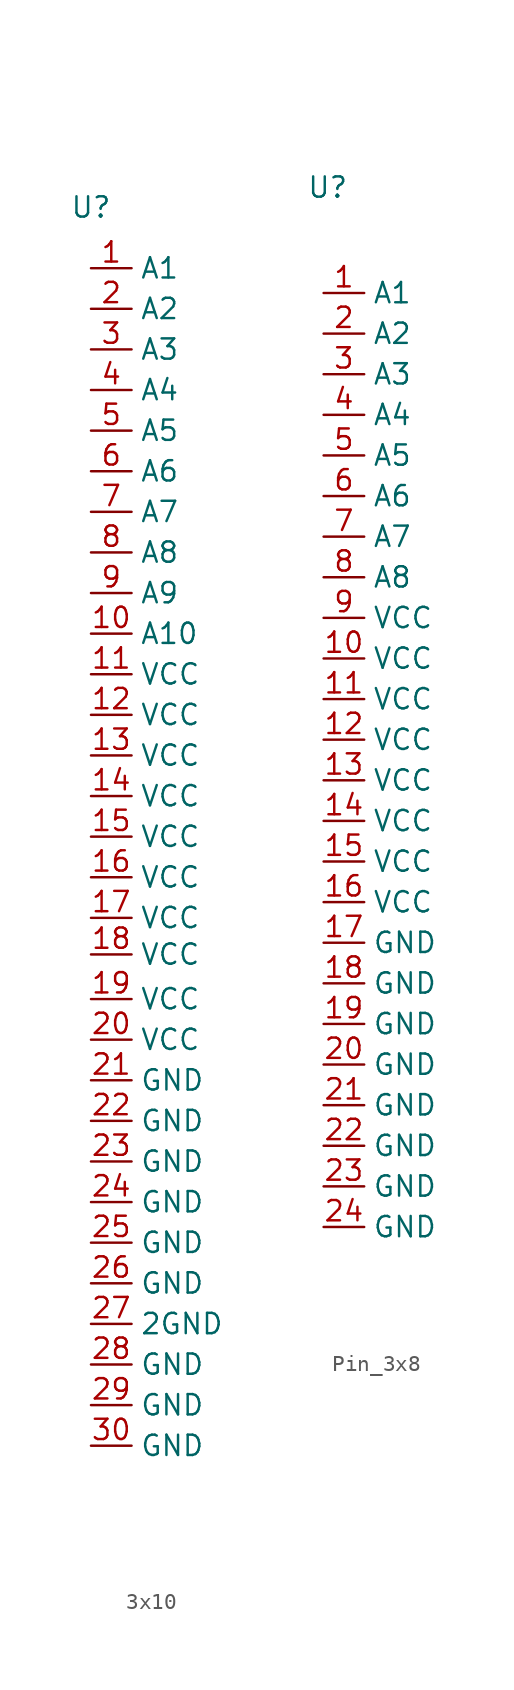
<source format=kicad_sym>
(kicad_symbol_lib
  (version 20241209)
  (generator "kicad_symbol_editor")
  (generator_version "9.0")
  (symbol "3x10"
    (property "Reference" "U"
      (at 0 0 0)
      (effects (font (size 1.27 1.27))))
    (property "Value" ""
      (at 0 0 0)
      (effects (font (size 1.27 1.27))))
    (symbol "3x10_1_0"
      (pin input line (at 0 -11.43 0) (length 2.54) (name "A4" (effects (font (size 1.27 1.27)))) (number "4" (effects (font (size 1.27 1.27)))))
      (pin input line (at 0 -13.97 0) (length 2.54) (name "A5" (effects (font (size 1.27 1.27)))) (number "5" (effects (font (size 1.27 1.27)))))
      (pin input line (at 0 -16.51 0) (length 2.54) (name "A6" (effects (font (size 1.27 1.27)))) (number "6" (effects (font (size 1.27 1.27)))))
      (pin input line (at 0 -19.05 0) (length 2.54) (name "A7" (effects (font (size 1.27 1.27)))) (number "7" (effects (font (size 1.27 1.27)))))
      (pin input line (at 0 -21.59 0) (length 2.54) (name "A8" (effects (font (size 1.27 1.27)))) (number "8" (effects (font (size 1.27 1.27)))))
      (pin input line (at 0 -24.13 0) (length 2.54) (name "A9" (effects (font (size 1.27 1.27)))) (number "9" (effects (font (size 1.27 1.27)))))
      (pin input line (at 0 -26.67 0) (length 2.54) (name "A10" (effects (font (size 1.27 1.27)))) (number "10" (effects (font (size 1.27 1.27)))))
      (pin power_in line (at 0 -29.21 0) (length 2.54) (name "VCC" (effects (font (size 1.27 1.27)))) (number "11" (effects (font (size 1.27 1.27)))))
      (pin power_in line (at 0 -31.75 0) (length 2.54) (name "VCC" (effects (font (size 1.27 1.27)))) (number "12" (effects (font (size 1.27 1.27)))))
      (pin power_in line (at 0 -34.29 0) (length 2.54) (name "VCC" (effects (font (size 1.27 1.27)))) (number "13" (effects (font (size 1.27 1.27)))))
      (pin power_in line (at 0 -36.83 0) (length 2.54) (name "VCC" (effects (font (size 1.27 1.27)))) (number "14" (effects (font (size 1.27 1.27)))))
      (pin power_in line (at 0 -39.37 0) (length 2.54) (name "VCC" (effects (font (size 1.27 1.27)))) (number "15" (effects (font (size 1.27 1.27)))))
      (pin power_in line (at 0 -41.91 0) (length 2.54) (name "VCC" (effects (font (size 1.27 1.27)))) (number "16" (effects (font (size 1.27 1.27)))))
      (pin power_in line (at 0 -44.45 0) (length 2.54) (name "VCC" (effects (font (size 1.27 1.27)))) (number "17" (effects (font (size 1.27 1.27)))))
      (pin power_in line (at 0 -46.738 0) (length 2.54) (name "VCC" (effects (font (size 1.27 1.27)))) (number "18" (effects (font (size 1.27 1.27)))))
      (pin power_in line (at 0 -49.53 0) (length 2.54) (name "VCC" (effects (font (size 1.27 1.27)))) (number "19" (effects (font (size 1.27 1.27)))))
      (pin power_in line (at 0 -52.07 0) (length 2.54) (name "VCC" (effects (font (size 1.27 1.27)))) (number "20" (effects (font (size 1.27 1.27)))))
      (pin power_in line (at 0 -54.61 0) (length 2.54) (name "GND" (effects (font (size 1.27 1.27)))) (number "21" (effects (font (size 1.27 1.27)))))
      (pin power_in line (at 0 -57.15 0) (length 2.54) (name "GND" (effects (font (size 1.27 1.27)))) (number "22" (effects (font (size 1.27 1.27)))))
      (pin power_in line (at 0 -59.69 0) (length 2.54) (name "GND" (effects (font (size 1.27 1.27)))) (number "23" (effects (font (size 1.27 1.27)))))
      (pin power_in line (at 0 -62.23 0) (length 2.54) (name "GND" (effects (font (size 1.27 1.27)))) (number "24" (effects (font (size 1.27 1.27)))))
      (pin power_in line (at 0 -64.77 0) (length 2.54) (name "GND" (effects (font (size 1.27 1.27)))) (number "25" (effects (font (size 1.27 1.27)))))
      (pin power_in line (at 0 -67.31 0) (length 2.54) (name "GND" (effects (font (size 1.27 1.27)))) (number "26" (effects (font (size 1.27 1.27)))))
      (pin power_in line (at 0 -69.85 0) (length 2.54) (name "2GND" (effects (font (size 1.27 1.27)))) (number "27" (effects (font (size 1.27 1.27)))))
      (pin power_in line (at 0 -72.39 0) (length 2.54) (name "GND" (effects (font (size 1.27 1.27)))) (number "28" (effects (font (size 1.27 1.27)))))
      (pin power_in line (at 0 -74.93 0) (length 2.54) (name "GND" (effects (font (size 1.27 1.27)))) (number "29" (effects (font (size 1.27 1.27)))))
      (pin power_in line (at 0 -77.47 0) (length 2.54) (name "GND" (effects (font (size 1.27 1.27)))) (number "30" (effects (font (size 1.27 1.27))))))
    (symbol "3x10_1_1"
      (pin input line (at 0 -3.81 0) (length 2.54) (name "A1" (effects (font (size 1.27 1.27)))) (number "1" (effects (font (size 1.27 1.27)))))
      (pin input line (at 0 -6.35 0) (length 2.54) (name "A2" (effects (font (size 1.27 1.27)))) (number "2" (effects (font (size 1.27 1.27)))))
      (pin input line (at 0 -8.89 0) (length 2.54) (name "A3" (effects (font (size 1.27 1.27)))) (number "3" (effects (font (size 1.27 1.27)))))))
  (symbol "Pin_3x8"
    (property "Reference" "U"
      (at 0.254 6.604 0)
      (effects (font (size 1.27 1.27))))
    (property "Value" ""
      (at 0 0 0)
      (effects (font (size 1.27 1.27))))
    (symbol "Pin_3x8_1_0"
      (pin input line (at 0 -7.62 0) (length 2.54) (name "A4" (effects (font (size 1.27 1.27)))) (number "4" (effects (font (size 1.27 1.27)))))
      (pin input line (at 0 -10.16 0) (length 2.54) (name "A5" (effects (font (size 1.27 1.27)))) (number "5" (effects (font (size 1.27 1.27)))))
      (pin input line (at 0 -12.7 0) (length 2.54) (name "A6" (effects (font (size 1.27 1.27)))) (number "6" (effects (font (size 1.27 1.27)))))
      (pin input line (at 0 -15.24 0) (length 2.54) (name "A7" (effects (font (size 1.27 1.27)))) (number "7" (effects (font (size 1.27 1.27)))))
      (pin input line (at 0 -17.78 0) (length 2.54) (name "A8" (effects (font (size 1.27 1.27)))) (number "8" (effects (font (size 1.27 1.27)))))
      (pin power_in line (at 0 -20.32 0) (length 2.54) (name "VCC" (effects (font (size 1.27 1.27)))) (number "9" (effects (font (size 1.27 1.27)))))
      (pin power_in line (at 0 -22.86 0) (length 2.54) (name "VCC" (effects (font (size 1.27 1.27)))) (number "10" (effects (font (size 1.27 1.27)))))
      (pin power_in line (at 0 -25.4 0) (length 2.54) (name "VCC" (effects (font (size 1.27 1.27)))) (number "11" (effects (font (size 1.27 1.27)))))
      (pin power_in line (at 0 -27.94 0) (length 2.54) (name "VCC" (effects (font (size 1.27 1.27)))) (number "12" (effects (font (size 1.27 1.27)))))
      (pin power_in line (at 0 -30.48 0) (length 2.54) (name "VCC" (effects (font (size 1.27 1.27)))) (number "13" (effects (font (size 1.27 1.27)))))
      (pin power_in line (at 0 -33.02 0) (length 2.54) (name "VCC" (effects (font (size 1.27 1.27)))) (number "14" (effects (font (size 1.27 1.27)))))
      (pin power_in line (at 0 -35.56 0) (length 2.54) (name "VCC" (effects (font (size 1.27 1.27)))) (number "15" (effects (font (size 1.27 1.27)))))
      (pin power_in line (at 0 -38.1 0) (length 2.54) (name "VCC" (effects (font (size 1.27 1.27)))) (number "16" (effects (font (size 1.27 1.27)))))
      (pin power_in line (at 0 -40.64 0) (length 2.54) (name "GND" (effects (font (size 1.27 1.27)))) (number "17" (effects (font (size 1.27 1.27)))))
      (pin power_in line (at 0 -43.18 0) (length 2.54) (name "GND" (effects (font (size 1.27 1.27)))) (number "18" (effects (font (size 1.27 1.27)))))
      (pin power_in line (at 0 -45.72 0) (length 2.54) (name "GND" (effects (font (size 1.27 1.27)))) (number "19" (effects (font (size 1.27 1.27)))))
      (pin power_in line (at 0 -48.26 0) (length 2.54) (name "GND" (effects (font (size 1.27 1.27)))) (number "20" (effects (font (size 1.27 1.27)))))
      (pin power_in line (at 0 -50.8 0) (length 2.54) (name "GND" (effects (font (size 1.27 1.27)))) (number "21" (effects (font (size 1.27 1.27)))))
      (pin power_in line (at 0 -53.34 0) (length 2.54) (name "GND" (effects (font (size 1.27 1.27)))) (number "22" (effects (font (size 1.27 1.27)))))
      (pin power_in line (at 0 -55.88 0) (length 2.54) (name "GND" (effects (font (size 1.27 1.27)))) (number "23" (effects (font (size 1.27 1.27)))))
      (pin power_in line (at 0 -58.42 0) (length 2.54) (name "GND" (effects (font (size 1.27 1.27)))) (number "24" (effects (font (size 1.27 1.27))))))
    (symbol "Pin_3x8_1_1"
      (pin input line (at 0 0 0) (length 2.54) (name "A1" (effects (font (size 1.27 1.27)))) (number "1" (effects (font (size 1.27 1.27)))))
      (pin input line (at 0 -2.54 0) (length 2.54) (name "A2" (effects (font (size 1.27 1.27)))) (number "2" (effects (font (size 1.27 1.27)))))
      (pin input line (at 0 -5.08 0) (length 2.54) (name "A3" (effects (font (size 1.27 1.27)))) (number "3" (effects (font (size 1.27 1.27))))))))
</source>
